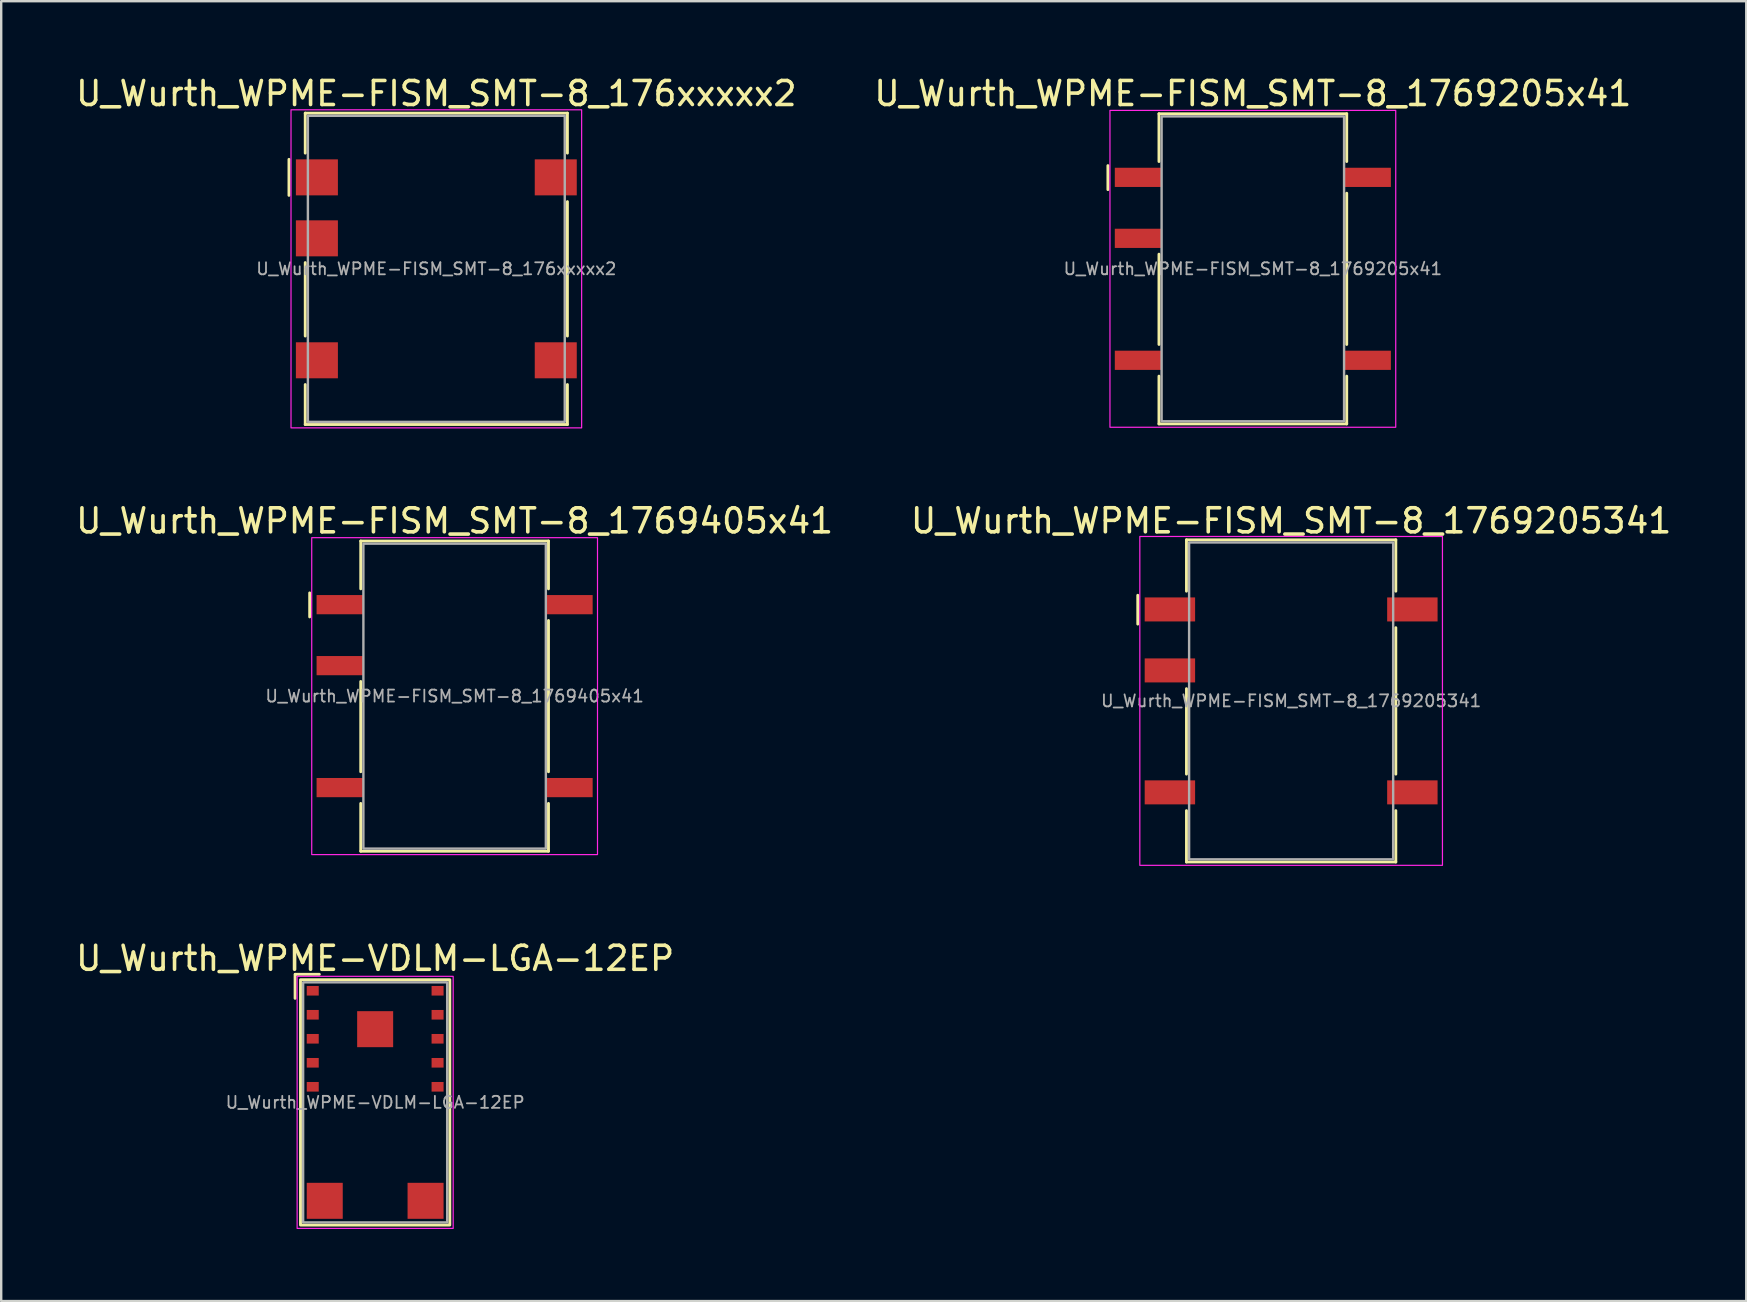
<source format=kicad_pcb>
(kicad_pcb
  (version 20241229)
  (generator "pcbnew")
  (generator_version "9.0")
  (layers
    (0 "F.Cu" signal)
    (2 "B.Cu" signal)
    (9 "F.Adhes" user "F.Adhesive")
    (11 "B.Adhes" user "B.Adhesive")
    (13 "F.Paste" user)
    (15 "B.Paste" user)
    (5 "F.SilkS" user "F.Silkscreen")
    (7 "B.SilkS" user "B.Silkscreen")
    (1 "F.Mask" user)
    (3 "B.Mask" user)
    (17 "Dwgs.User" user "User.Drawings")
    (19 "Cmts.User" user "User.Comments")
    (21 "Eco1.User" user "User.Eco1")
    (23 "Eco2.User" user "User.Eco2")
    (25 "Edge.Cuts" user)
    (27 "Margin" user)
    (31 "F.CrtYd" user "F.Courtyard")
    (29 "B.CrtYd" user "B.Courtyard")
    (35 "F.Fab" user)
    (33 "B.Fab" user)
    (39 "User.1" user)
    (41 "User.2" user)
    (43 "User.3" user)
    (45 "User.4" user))
  (footprint "U_Wurth_WPME-VDLM-LGA-12EP"
    (layer "F.Cu")
    (at 12.577 42.87)
    (property "Reference" "U_Wurth_WPME-VDLM-LGA-12EP" (at 0 -6 0) (unlocked yes) (layer "F.SilkS") (effects (font (size 1 1) (thickness 0.15))))
    (attr smd)
    (fp_line (start -3.335 -5.335) (end -3.335 -4.335) (stroke (width 0.12) (type default)) (layer "F.SilkS"))
    (fp_line (start -3.325 -5.335) (end -2.325 -5.335) (stroke (width 0.12) (type default)) (layer "F.SilkS"))
    (fp_rect (start 3.11 -5.11) (end -3.11 5.11) (stroke (width 0.12) (type default)) (fill no) (layer "F.SilkS"))
    (fp_rect (start 3.25 -5.25) (end -3.25 5.25) (stroke (width 0.05) (type default)) (fill no) (layer "F.CrtYd"))
    (fp_rect (start 3 -5) (end -3 5) (stroke (width 0.1) (type default)) (fill no) (layer "F.Fab"))
    (fp_text user "${REFERENCE}" (at 0 0 0) (unlocked yes) (layer "F.Fab") (effects (font (size 0.5 0.5) (thickness 0.075))))
    (pad "1" smd rect (at -2.6 -4.65 270) (size 0.4 0.5) (layers "F.Cu" "F.Mask" "F.Paste"))
    (pad "2" smd rect (at -2.6 -3.65 270) (size 0.4 0.5) (layers "F.Cu" "F.Mask" "F.Paste"))
    (pad "3" smd rect (at -2.6 -2.65 270) (size 0.4 0.5) (layers "F.Cu" "F.Mask" "F.Paste"))
    (pad "4" smd rect (at -2.6 -1.65 270) (size 0.4 0.5) (layers "F.Cu" "F.Mask" "F.Paste"))
    (pad "5" smd rect (at -2.6 -0.65 270) (size 0.4 0.5) (layers "F.Cu" "F.Mask" "F.Paste"))
    (pad "6" smd rect (at -2.1 4.1 270) (size 1.5 1.5) (layers "F.Cu" "F.Mask" "F.Paste"))
    (pad "7" smd rect (at 2.1 4.1 270) (size 1.5 1.5) (layers "F.Cu" "F.Mask" "F.Paste"))
    (pad "8" smd rect (at 2.6 -0.65 270) (size 0.4 0.5) (layers "F.Cu" "F.Mask" "F.Paste"))
    (pad "9" smd rect (at 2.6 -1.65 270) (size 0.4 0.5) (layers "F.Cu" "F.Mask" "F.Paste"))
    (pad "10" smd rect (at 2.6 -2.65 270) (size 0.4 0.5) (layers "F.Cu" "F.Mask" "F.Paste"))
    (pad "11" smd rect (at 2.6 -3.65 270) (size 0.4 0.5) (layers "F.Cu" "F.Mask" "F.Paste"))
    (pad "12" smd rect (at 2.6 -4.65 270) (size 0.4 0.5) (layers "F.Cu" "F.Mask" "F.Paste"))
    (pad "EP" smd rect (at 0 -3.05 270) (size 1.5 1.5) (layers "F.Cu" "F.Mask" "F.Paste")))
  (footprint "U_Wurth_WPME-FISM_SMT-8_1769205341"
    (layer "F.Cu")
    (at 50.732 26.146)
    (property "Reference" "U_Wurth_WPME-FISM_SMT-8_1769205341" (at 0 -7.5 0) (layer "F.SilkS") (effects (font (size 1 1) (thickness 0.15))))
    (attr smd)
    (fp_line (start -6.388 -4.4) (end -6.388 -3.2) (stroke (width 0.12) (type default)) (layer "F.SilkS"))
    (fp_line (start -4.36 -6.71) (end -4.36 -4.57) (stroke (width 0.12) (type default)) (layer "F.SilkS"))
    (fp_line (start -4.36 -0.51) (end -4.36 3.05) (stroke (width 0.12) (type default)) (layer "F.SilkS"))
    (fp_line (start -4.36 6.71) (end -4.36 4.57) (stroke (width 0.12) (type default)) (layer "F.SilkS"))
    (fp_line (start 4.36 -6.71) (end -4.36 -6.71) (stroke (width 0.12) (type default)) (layer "F.SilkS"))
    (fp_line (start 4.36 -6.71) (end 4.36 -4.57) (stroke (width 0.12) (type default)) (layer "F.SilkS"))
    (fp_line (start 4.36 -3.05) (end 4.36 3.05) (stroke (width 0.12) (type default)) (layer "F.SilkS"))
    (fp_line (start 4.36 6.71) (end -4.36 6.71) (stroke (width 0.12) (type default)) (layer "F.SilkS"))
    (fp_line (start 4.36 6.71) (end 4.36 4.57) (stroke (width 0.12) (type default)) (layer "F.SilkS"))
    (fp_rect (start 6.303 -6.85) (end -6.303 6.85) (stroke (width 0.05) (type default)) (fill no) (layer "F.CrtYd"))
    (fp_rect (start 4.25 -6.6) (end -4.25 6.6) (stroke (width 0.1) (type default)) (fill no) (layer "F.Fab"))
    (fp_text user "${REFERENCE}" (at 0 0 0) (unlocked yes) (layer "F.Fab") (effects (font (size 0.5 0.5) (thickness 0.075))))
    (pad "1" smd rect (at -5.05 -3.81 270) (size 1 2.1) (layers "F.Cu" "F.Mask" "F.Paste"))
    (pad "2" smd rect (at -5.05 -1.27 270) (size 1 2.1) (layers "F.Cu" "F.Mask" "F.Paste"))
    (pad "4" smd rect (at -5.05 3.81 270) (size 1 2.1) (layers "F.Cu" "F.Mask" "F.Paste"))
    (pad "5" smd rect (at 5.05 3.81 270) (size 1 2.1) (layers "F.Cu" "F.Mask" "F.Paste"))
    (pad "8" smd rect (at 5.05 -3.81 270) (size 1 2.1) (layers "F.Cu" "F.Mask" "F.Paste")))
  (footprint "U_Wurth_WPME-FISM_SMT-8_1769405x41"
    (layer "F.Cu")
    (at 15.887 25.947)
    (property "Reference" "U_Wurth_WPME-FISM_SMT-8_1769405x41" (at 0 -7.3 0) (layer "F.SilkS") (effects (font (size 1 1) (thickness 0.15))))
    (attr smd)
    (fp_line (start -6.037 -4.3) (end -6.037 -3.3) (stroke (width 0.12) (type default)) (layer "F.SilkS"))
    (fp_line (start -3.91 -6.46) (end -3.91 -4.47) (stroke (width 0.12) (type default)) (layer "F.SilkS"))
    (fp_line (start -3.91 -0.61) (end -3.91 3.15) (stroke (width 0.12) (type default)) (layer "F.SilkS"))
    (fp_line (start -3.91 6.46) (end -3.91 4.47) (stroke (width 0.12) (type default)) (layer "F.SilkS"))
    (fp_line (start 3.91 -6.46) (end -3.91 -6.46) (stroke (width 0.12) (type default)) (layer "F.SilkS"))
    (fp_line (start 3.91 -6.46) (end 3.91 -4.47) (stroke (width 0.12) (type default)) (layer "F.SilkS"))
    (fp_line (start 3.91 -3.15) (end 3.91 3.15) (stroke (width 0.12) (type default)) (layer "F.SilkS"))
    (fp_line (start 3.91 6.46) (end -3.91 6.46) (stroke (width 0.12) (type default)) (layer "F.SilkS"))
    (fp_line (start 3.91 6.46) (end 3.91 4.47) (stroke (width 0.12) (type default)) (layer "F.SilkS"))
    (fp_rect (start 5.952 -6.6) (end -5.952 6.6) (stroke (width 0.05) (type default)) (fill no) (layer "F.CrtYd"))
    (fp_rect (start 3.8 -6.35) (end -3.8 6.35) (stroke (width 0.1) (type default)) (fill no) (layer "F.Fab"))
    (fp_text user "${REFERENCE}" (at 0 0 0) (unlocked yes) (layer "F.Fab") (effects (font (size 0.5 0.5) (thickness 0.075))))
    (pad "1" smd rect (at -4.775 -3.81 270) (size 0.8 1.95) (layers "F.Cu" "F.Mask" "F.Paste"))
    (pad "2" smd rect (at -4.775 -1.27 270) (size 0.8 1.95) (layers "F.Cu" "F.Mask" "F.Paste"))
    (pad "4" smd rect (at -4.775 3.81 270) (size 0.8 1.95) (layers "F.Cu" "F.Mask" "F.Paste"))
    (pad "5" smd rect (at 4.775 3.81 270) (size 0.8 1.95) (layers "F.Cu" "F.Mask" "F.Paste"))
    (pad "8" smd rect (at 4.775 -3.81 270) (size 0.8 1.95) (layers "F.Cu" "F.Mask" "F.Paste")))
  (footprint "U_Wurth_WPME-FISM_SMT-8_1769205x41"
    (layer "F.Cu")
    (at 49.137 8.148)
    (property "Reference" "U_Wurth_WPME-FISM_SMT-8_1769205x41" (at 0 -7.3 0) (layer "F.SilkS") (effects (font (size 1 1) (thickness 0.15))))
    (attr smd)
    (fp_line (start -6.037 -4.3) (end -6.037 -3.3) (stroke (width 0.12) (type default)) (layer "F.SilkS"))
    (fp_line (start -3.91 -6.46) (end -3.91 -4.47) (stroke (width 0.12) (type default)) (layer "F.SilkS"))
    (fp_line (start -3.91 -0.61) (end -3.91 3.15) (stroke (width 0.12) (type default)) (layer "F.SilkS"))
    (fp_line (start -3.91 6.46) (end -3.91 4.47) (stroke (width 0.12) (type default)) (layer "F.SilkS"))
    (fp_line (start 3.91 -6.46) (end -3.91 -6.46) (stroke (width 0.12) (type default)) (layer "F.SilkS"))
    (fp_line (start 3.91 -6.46) (end 3.91 -4.47) (stroke (width 0.12) (type default)) (layer "F.SilkS"))
    (fp_line (start 3.91 -3.15) (end 3.91 3.15) (stroke (width 0.12) (type default)) (layer "F.SilkS"))
    (fp_line (start 3.91 6.46) (end -3.91 6.46) (stroke (width 0.12) (type default)) (layer "F.SilkS"))
    (fp_line (start 3.91 6.46) (end 3.91 4.47) (stroke (width 0.12) (type default)) (layer "F.SilkS"))
    (fp_rect (start 5.952 -6.6) (end -5.952 6.6) (stroke (width 0.05) (type default)) (fill no) (layer "F.CrtYd"))
    (fp_rect (start 3.8 -6.35) (end -3.8 6.35) (stroke (width 0.1) (type default)) (fill no) (layer "F.Fab"))
    (fp_text user "${REFERENCE}" (at 0 0 0) (unlocked yes) (layer "F.Fab") (effects (font (size 0.5 0.5) (thickness 0.075))))
    (pad "1" smd rect (at -4.775 -3.81 270) (size 0.8 1.95) (layers "F.Cu" "F.Mask" "F.Paste"))
    (pad "2" smd rect (at -4.775 -1.27 270) (size 0.8 1.95) (layers "F.Cu" "F.Mask" "F.Paste"))
    (pad "4" smd rect (at -4.775 3.81 270) (size 0.8 1.95) (layers "F.Cu" "F.Mask" "F.Paste"))
    (pad "5" smd rect (at 4.775 3.81 270) (size 0.8 1.95) (layers "F.Cu" "F.Mask" "F.Paste"))
    (pad "8" smd rect (at 4.775 -3.81 270) (size 0.8 1.95) (layers "F.Cu" "F.Mask" "F.Paste")))
  (footprint "U_Wurth_WPME-FISM_SMT-8_176xxxxx2"
    (layer "F.Cu")
    (at 15.125 8.148)
    (property "Reference" "U_Wurth_WPME-FISM_SMT-8_176xxxxx2" (at 0 -7.3 0) (layer "F.SilkS") (effects (font (size 1 1) (thickness 0.15))))
    (attr smd)
    (fp_line (start -6.138 -4.56) (end -6.138 -3.06) (stroke (width 0.12) (type default)) (layer "F.SilkS"))
    (fp_line (start -5.46 -6.485) (end -5.46 -4.82) (stroke (width 0.12) (type default)) (layer "F.SilkS"))
    (fp_line (start -5.46 -0.26) (end -5.46 2.8) (stroke (width 0.12) (type default)) (layer "F.SilkS"))
    (fp_line (start -5.46 6.485) (end -5.46 4.82) (stroke (width 0.12) (type default)) (layer "F.SilkS"))
    (fp_line (start 5.46 -6.485) (end -5.46 -6.485) (stroke (width 0.12) (type default)) (layer "F.SilkS"))
    (fp_line (start 5.46 -6.485) (end 5.46 -4.82) (stroke (width 0.12) (type default)) (layer "F.SilkS"))
    (fp_line (start 5.46 -2.8) (end 5.46 2.8) (stroke (width 0.12) (type default)) (layer "F.SilkS"))
    (fp_line (start 5.46 6.485) (end -5.46 6.485) (stroke (width 0.12) (type default)) (layer "F.SilkS"))
    (fp_line (start 5.46 6.485) (end 5.46 4.82) (stroke (width 0.12) (type default)) (layer "F.SilkS"))
    (fp_rect (start 6.053 -6.625) (end -6.053 6.625) (stroke (width 0.05) (type default)) (fill no) (layer "F.CrtYd"))
    (fp_rect (start 5.35 -6.375) (end -5.35 6.375) (stroke (width 0.1) (type default)) (fill no) (layer "F.Fab"))
    (fp_text user "${REFERENCE}" (at 0 0 0) (unlocked yes) (layer "F.Fab") (effects (font (size 0.5 0.5) (thickness 0.075))))
    (pad "1" smd rect (at -4.975 -3.81 270) (size 1.5 1.75) (layers "F.Cu" "F.Mask" "F.Paste"))
    (pad "2" smd rect (at -4.975 -1.27 270) (size 1.5 1.75) (layers "F.Cu" "F.Mask" "F.Paste"))
    (pad "4" smd rect (at -4.975 3.81 270) (size 1.5 1.75) (layers "F.Cu" "F.Mask" "F.Paste"))
    (pad "5" smd rect (at 4.975 3.81 270) (size 1.5 1.75) (layers "F.Cu" "F.Mask" "F.Paste"))
    (pad "8" smd rect (at 4.975 -3.81 270) (size 1.5 1.75) (layers "F.Cu" "F.Mask" "F.Paste")))
  (gr_rect
    (start -3 -3)
    (end 69.69 51.145)
    (stroke (width 0.1) (type default))
    (fill no)
    (layer "Edge.Cuts")))
</source>
